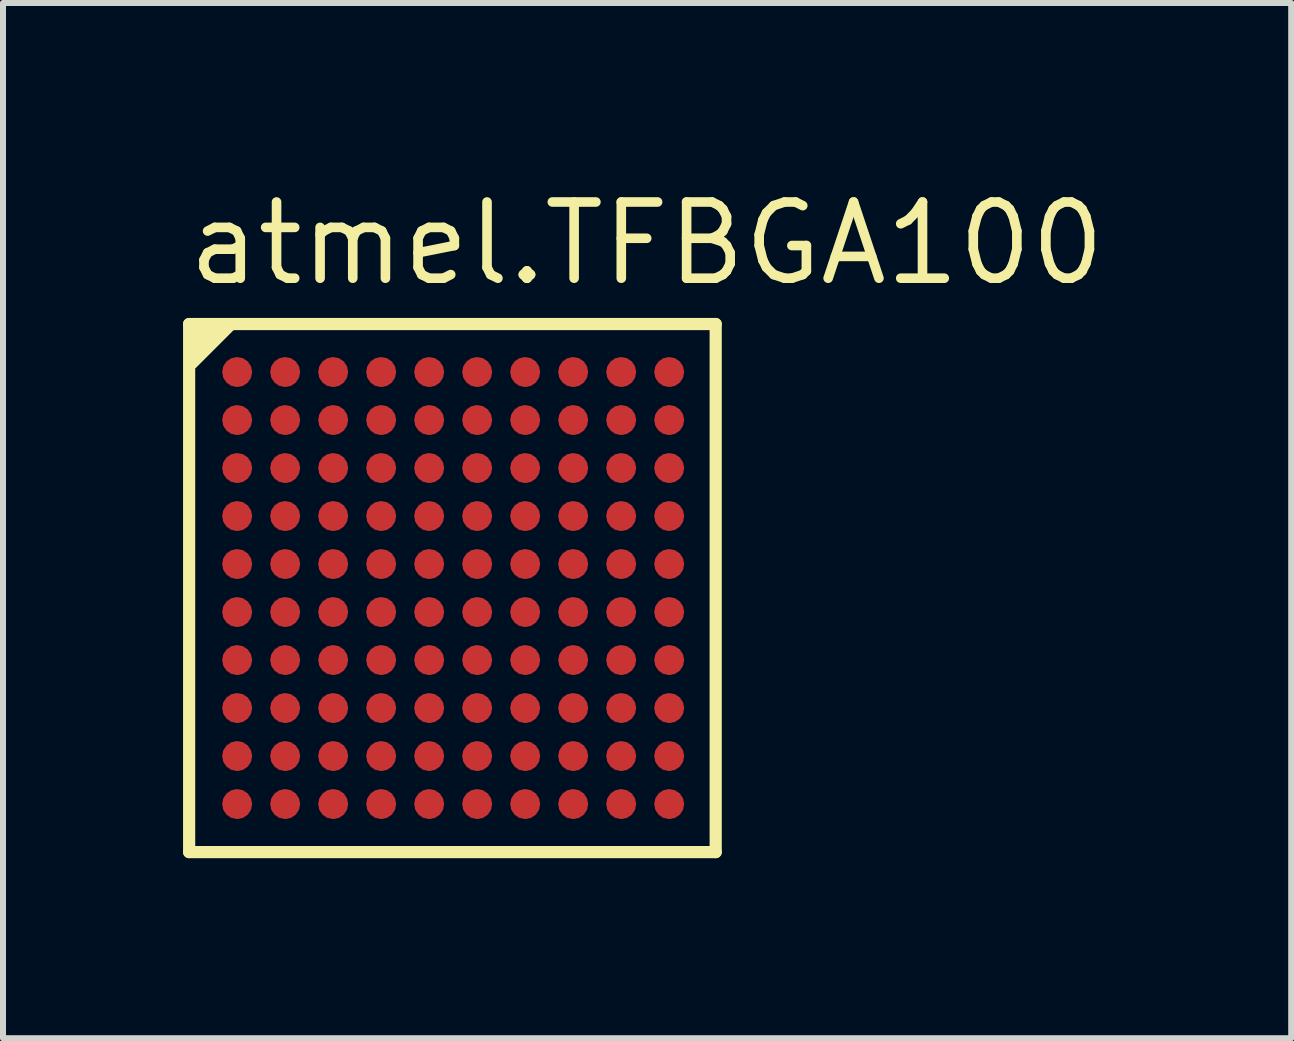
<source format=kicad_pcb>
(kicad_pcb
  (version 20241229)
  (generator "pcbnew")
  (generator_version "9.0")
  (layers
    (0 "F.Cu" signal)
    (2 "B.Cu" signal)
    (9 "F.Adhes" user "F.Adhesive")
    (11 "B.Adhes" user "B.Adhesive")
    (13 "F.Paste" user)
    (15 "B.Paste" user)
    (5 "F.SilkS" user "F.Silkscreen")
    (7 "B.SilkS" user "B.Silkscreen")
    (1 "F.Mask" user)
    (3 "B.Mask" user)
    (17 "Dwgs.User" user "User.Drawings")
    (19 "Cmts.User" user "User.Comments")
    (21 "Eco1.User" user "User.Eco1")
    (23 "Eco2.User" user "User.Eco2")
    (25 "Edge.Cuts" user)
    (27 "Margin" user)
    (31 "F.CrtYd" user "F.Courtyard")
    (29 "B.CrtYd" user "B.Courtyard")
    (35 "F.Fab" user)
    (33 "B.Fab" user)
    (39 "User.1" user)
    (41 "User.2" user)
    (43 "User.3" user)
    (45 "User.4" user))
  (footprint "atmel.TFBGA100"
    (layer "F.Cu")
    (at 4.502 6.75)
    (property "Reference" "atmel.TFBGA100" (at -4.5 -5 0) (layer "F.SilkS") (effects (font (size 1.27 1.27) (thickness 0.16)) (justify left bottom)))
    (attr smd)
    (fp_circle (center -3.6 -3.6) (end -3.375 -3.6) (stroke (width 0.1) (type default)) (fill no) (layer "F.Mask"))
    (fp_circle (center -3.6 -2.8) (end -3.375 -2.8) (stroke (width 0.1) (type default)) (fill no) (layer "F.Mask"))
    (fp_circle (center -3.6 -2) (end -3.375 -2) (stroke (width 0.1) (type default)) (fill no) (layer "F.Mask"))
    (fp_circle (center -3.6 -1.2) (end -3.375 -1.2) (stroke (width 0.1) (type default)) (fill no) (layer "F.Mask"))
    (fp_circle (center -3.6 -0.4) (end -3.375 -0.4) (stroke (width 0.1) (type default)) (fill no) (layer "F.Mask"))
    (fp_circle (center -3.6 0.4) (end -3.375 0.4) (stroke (width 0.1) (type default)) (fill no) (layer "F.Mask"))
    (fp_circle (center -3.6 1.2) (end -3.375 1.2) (stroke (width 0.1) (type default)) (fill no) (layer "F.Mask"))
    (fp_circle (center -3.6 2) (end -3.375 2) (stroke (width 0.1) (type default)) (fill no) (layer "F.Mask"))
    (fp_circle (center -3.6 2.8) (end -3.375 2.8) (stroke (width 0.1) (type default)) (fill no) (layer "F.Mask"))
    (fp_circle (center -3.6 3.6) (end -3.375 3.6) (stroke (width 0.1) (type default)) (fill no) (layer "F.Mask"))
    (fp_circle (center -2.8 -3.6) (end -2.575 -3.6) (stroke (width 0.1) (type default)) (fill no) (layer "F.Mask"))
    (fp_circle (center -2.8 -2.8) (end -2.575 -2.8) (stroke (width 0.1) (type default)) (fill no) (layer "F.Mask"))
    (fp_circle (center -2.8 -2) (end -2.575 -2) (stroke (width 0.1) (type default)) (fill no) (layer "F.Mask"))
    (fp_circle (center -2.8 -1.2) (end -2.575 -1.2) (stroke (width 0.1) (type default)) (fill no) (layer "F.Mask"))
    (fp_circle (center -2.8 -0.4) (end -2.575 -0.4) (stroke (width 0.1) (type default)) (fill no) (layer "F.Mask"))
    (fp_circle (center -2.8 0.4) (end -2.575 0.4) (stroke (width 0.1) (type default)) (fill no) (layer "F.Mask"))
    (fp_circle (center -2.8 1.2) (end -2.575 1.2) (stroke (width 0.1) (type default)) (fill no) (layer "F.Mask"))
    (fp_circle (center -2.8 2) (end -2.575 2) (stroke (width 0.1) (type default)) (fill no) (layer "F.Mask"))
    (fp_circle (center -2.8 2.8) (end -2.575 2.8) (stroke (width 0.1) (type default)) (fill no) (layer "F.Mask"))
    (fp_circle (center -2.8 3.6) (end -2.575 3.6) (stroke (width 0.1) (type default)) (fill no) (layer "F.Mask"))
    (fp_circle (center -2 -3.6) (end -1.775 -3.6) (stroke (width 0.1) (type default)) (fill no) (layer "F.Mask"))
    (fp_circle (center -2 -2.8) (end -1.775 -2.8) (stroke (width 0.1) (type default)) (fill no) (layer "F.Mask"))
    (fp_circle (center -2 -2) (end -1.775 -2) (stroke (width 0.1) (type default)) (fill no) (layer "F.Mask"))
    (fp_circle (center -2 -1.2) (end -1.775 -1.2) (stroke (width 0.1) (type default)) (fill no) (layer "F.Mask"))
    (fp_circle (center -2 -0.4) (end -1.775 -0.4) (stroke (width 0.1) (type default)) (fill no) (layer "F.Mask"))
    (fp_circle (center -2 0.4) (end -1.775 0.4) (stroke (width 0.1) (type default)) (fill no) (layer "F.Mask"))
    (fp_circle (center -2 1.2) (end -1.775 1.2) (stroke (width 0.1) (type default)) (fill no) (layer "F.Mask"))
    (fp_circle (center -2 2) (end -1.775 2) (stroke (width 0.1) (type default)) (fill no) (layer "F.Mask"))
    (fp_circle (center -2 2.8) (end -1.775 2.8) (stroke (width 0.1) (type default)) (fill no) (layer "F.Mask"))
    (fp_circle (center -2 3.6) (end -1.775 3.6) (stroke (width 0.1) (type default)) (fill no) (layer "F.Mask"))
    (fp_circle (center -1.2 -3.6) (end -0.975 -3.6) (stroke (width 0.1) (type default)) (fill no) (layer "F.Mask"))
    (fp_circle (center -1.2 -2.8) (end -0.975 -2.8) (stroke (width 0.1) (type default)) (fill no) (layer "F.Mask"))
    (fp_circle (center -1.2 -2) (end -0.975 -2) (stroke (width 0.1) (type default)) (fill no) (layer "F.Mask"))
    (fp_circle (center -1.2 -1.2) (end -0.975 -1.2) (stroke (width 0.1) (type default)) (fill no) (layer "F.Mask"))
    (fp_circle (center -1.2 -0.4) (end -0.975 -0.4) (stroke (width 0.1) (type default)) (fill no) (layer "F.Mask"))
    (fp_circle (center -1.2 0.4) (end -0.975 0.4) (stroke (width 0.1) (type default)) (fill no) (layer "F.Mask"))
    (fp_circle (center -1.2 1.2) (end -0.975 1.2) (stroke (width 0.1) (type default)) (fill no) (layer "F.Mask"))
    (fp_circle (center -1.2 2) (end -0.975 2) (stroke (width 0.1) (type default)) (fill no) (layer "F.Mask"))
    (fp_circle (center -1.2 2.8) (end -0.975 2.8) (stroke (width 0.1) (type default)) (fill no) (layer "F.Mask"))
    (fp_circle (center -1.2 3.6) (end -0.975 3.6) (stroke (width 0.1) (type default)) (fill no) (layer "F.Mask"))
    (fp_circle (center -0.4 -3.6) (end -0.175 -3.6) (stroke (width 0.1) (type default)) (fill no) (layer "F.Mask"))
    (fp_circle (center -0.4 -2.8) (end -0.175 -2.8) (stroke (width 0.1) (type default)) (fill no) (layer "F.Mask"))
    (fp_circle (center -0.4 -2) (end -0.175 -2) (stroke (width 0.1) (type default)) (fill no) (layer "F.Mask"))
    (fp_circle (center -0.4 -1.2) (end -0.175 -1.2) (stroke (width 0.1) (type default)) (fill no) (layer "F.Mask"))
    (fp_circle (center -0.4 -0.4) (end -0.175 -0.4) (stroke (width 0.1) (type default)) (fill no) (layer "F.Mask"))
    (fp_circle (center -0.4 0.4) (end -0.175 0.4) (stroke (width 0.1) (type default)) (fill no) (layer "F.Mask"))
    (fp_circle (center -0.4 1.2) (end -0.175 1.2) (stroke (width 0.1) (type default)) (fill no) (layer "F.Mask"))
    (fp_circle (center -0.4 2) (end -0.175 2) (stroke (width 0.1) (type default)) (fill no) (layer "F.Mask"))
    (fp_circle (center -0.4 2.8) (end -0.175 2.8) (stroke (width 0.1) (type default)) (fill no) (layer "F.Mask"))
    (fp_circle (center -0.4 3.6) (end -0.175 3.6) (stroke (width 0.1) (type default)) (fill no) (layer "F.Mask"))
    (fp_circle (center 0.4 -3.6) (end 0.625 -3.6) (stroke (width 0.1) (type default)) (fill no) (layer "F.Mask"))
    (fp_circle (center 0.4 -2.8) (end 0.625 -2.8) (stroke (width 0.1) (type default)) (fill no) (layer "F.Mask"))
    (fp_circle (center 0.4 -2) (end 0.625 -2) (stroke (width 0.1) (type default)) (fill no) (layer "F.Mask"))
    (fp_circle (center 0.4 -1.2) (end 0.625 -1.2) (stroke (width 0.1) (type default)) (fill no) (layer "F.Mask"))
    (fp_circle (center 0.4 -0.4) (end 0.625 -0.4) (stroke (width 0.1) (type default)) (fill no) (layer "F.Mask"))
    (fp_circle (center 0.4 0.4) (end 0.625 0.4) (stroke (width 0.1) (type default)) (fill no) (layer "F.Mask"))
    (fp_circle (center 0.4 1.2) (end 0.625 1.2) (stroke (width 0.1) (type default)) (fill no) (layer "F.Mask"))
    (fp_circle (center 0.4 2) (end 0.625 2) (stroke (width 0.1) (type default)) (fill no) (layer "F.Mask"))
    (fp_circle (center 0.4 2.8) (end 0.625 2.8) (stroke (width 0.1) (type default)) (fill no) (layer "F.Mask"))
    (fp_circle (center 0.4 3.6) (end 0.625 3.6) (stroke (width 0.1) (type default)) (fill no) (layer "F.Mask"))
    (fp_circle (center 1.2 -3.6) (end 1.425 -3.6) (stroke (width 0.1) (type default)) (fill no) (layer "F.Mask"))
    (fp_circle (center 1.2 -2.8) (end 1.425 -2.8) (stroke (width 0.1) (type default)) (fill no) (layer "F.Mask"))
    (fp_circle (center 1.2 -2) (end 1.425 -2) (stroke (width 0.1) (type default)) (fill no) (layer "F.Mask"))
    (fp_circle (center 1.2 -1.2) (end 1.425 -1.2) (stroke (width 0.1) (type default)) (fill no) (layer "F.Mask"))
    (fp_circle (center 1.2 -0.4) (end 1.425 -0.4) (stroke (width 0.1) (type default)) (fill no) (layer "F.Mask"))
    (fp_circle (center 1.2 0.4) (end 1.425 0.4) (stroke (width 0.1) (type default)) (fill no) (layer "F.Mask"))
    (fp_circle (center 1.2 1.2) (end 1.425 1.2) (stroke (width 0.1) (type default)) (fill no) (layer "F.Mask"))
    (fp_circle (center 1.2 2) (end 1.425 2) (stroke (width 0.1) (type default)) (fill no) (layer "F.Mask"))
    (fp_circle (center 1.2 2.8) (end 1.425 2.8) (stroke (width 0.1) (type default)) (fill no) (layer "F.Mask"))
    (fp_circle (center 1.2 3.6) (end 1.425 3.6) (stroke (width 0.1) (type default)) (fill no) (layer "F.Mask"))
    (fp_circle (center 2 -3.6) (end 2.225 -3.6) (stroke (width 0.1) (type default)) (fill no) (layer "F.Mask"))
    (fp_circle (center 2 -2.8) (end 2.225 -2.8) (stroke (width 0.1) (type default)) (fill no) (layer "F.Mask"))
    (fp_circle (center 2 -2) (end 2.225 -2) (stroke (width 0.1) (type default)) (fill no) (layer "F.Mask"))
    (fp_circle (center 2 -1.2) (end 2.225 -1.2) (stroke (width 0.1) (type default)) (fill no) (layer "F.Mask"))
    (fp_circle (center 2 -0.4) (end 2.225 -0.4) (stroke (width 0.1) (type default)) (fill no) (layer "F.Mask"))
    (fp_circle (center 2 0.4) (end 2.225 0.4) (stroke (width 0.1) (type default)) (fill no) (layer "F.Mask"))
    (fp_circle (center 2 1.2) (end 2.225 1.2) (stroke (width 0.1) (type default)) (fill no) (layer "F.Mask"))
    (fp_circle (center 2 2) (end 2.225 2) (stroke (width 0.1) (type default)) (fill no) (layer "F.Mask"))
    (fp_circle (center 2 2.8) (end 2.225 2.8) (stroke (width 0.1) (type default)) (fill no) (layer "F.Mask"))
    (fp_circle (center 2 3.6) (end 2.225 3.6) (stroke (width 0.1) (type default)) (fill no) (layer "F.Mask"))
    (fp_circle (center 2.8 -3.6) (end 3.025 -3.6) (stroke (width 0.1) (type default)) (fill no) (layer "F.Mask"))
    (fp_circle (center 2.8 -2.8) (end 3.025 -2.8) (stroke (width 0.1) (type default)) (fill no) (layer "F.Mask"))
    (fp_circle (center 2.8 -2) (end 3.025 -2) (stroke (width 0.1) (type default)) (fill no) (layer "F.Mask"))
    (fp_circle (center 2.8 -1.2) (end 3.025 -1.2) (stroke (width 0.1) (type default)) (fill no) (layer "F.Mask"))
    (fp_circle (center 2.8 -0.4) (end 3.025 -0.4) (stroke (width 0.1) (type default)) (fill no) (layer "F.Mask"))
    (fp_circle (center 2.8 0.4) (end 3.025 0.4) (stroke (width 0.1) (type default)) (fill no) (layer "F.Mask"))
    (fp_circle (center 2.8 1.2) (end 3.025 1.2) (stroke (width 0.1) (type default)) (fill no) (layer "F.Mask"))
    (fp_circle (center 2.8 2) (end 3.025 2) (stroke (width 0.1) (type default)) (fill no) (layer "F.Mask"))
    (fp_circle (center 2.8 2.8) (end 3.025 2.8) (stroke (width 0.1) (type default)) (fill no) (layer "F.Mask"))
    (fp_circle (center 2.8 3.6) (end 3.025 3.6) (stroke (width 0.1) (type default)) (fill no) (layer "F.Mask"))
    (fp_circle (center 3.6 -3.6) (end 3.825 -3.6) (stroke (width 0.1) (type default)) (fill no) (layer "F.Mask"))
    (fp_circle (center 3.6 -2.8) (end 3.825 -2.8) (stroke (width 0.1) (type default)) (fill no) (layer "F.Mask"))
    (fp_circle (center 3.6 -2) (end 3.825 -2) (stroke (width 0.1) (type default)) (fill no) (layer "F.Mask"))
    (fp_circle (center 3.6 -1.2) (end 3.825 -1.2) (stroke (width 0.1) (type default)) (fill no) (layer "F.Mask"))
    (fp_circle (center 3.6 -0.4) (end 3.825 -0.4) (stroke (width 0.1) (type default)) (fill no) (layer "F.Mask"))
    (fp_circle (center 3.6 0.4) (end 3.825 0.4) (stroke (width 0.1) (type default)) (fill no) (layer "F.Mask"))
    (fp_circle (center 3.6 1.2) (end 3.825 1.2) (stroke (width 0.1) (type default)) (fill no) (layer "F.Mask"))
    (fp_circle (center 3.6 2) (end 3.825 2) (stroke (width 0.1) (type default)) (fill no) (layer "F.Mask"))
    (fp_circle (center 3.6 2.8) (end 3.825 2.8) (stroke (width 0.1) (type default)) (fill no) (layer "F.Mask"))
    (fp_circle (center 3.6 3.6) (end 3.825 3.6) (stroke (width 0.1) (type default)) (fill no) (layer "F.Mask"))
    (fp_line (start -4.4 -4.4) (end 4.375 -4.4) (stroke (width 0.203) (type default)) (layer "F.SilkS"))
    (fp_line (start -4.4 4.4) (end -4.4 -4.4) (stroke (width 0.203) (type default)) (layer "F.SilkS"))
    (fp_line (start 4.375 -4.4) (end 4.375 4.4) (stroke (width 0.203) (type default)) (layer "F.SilkS"))
    (fp_line (start 4.375 4.4) (end -4.4 4.4) (stroke (width 0.203) (type default)) (layer "F.SilkS"))
    (fp_poly (pts (xy -4.35 -3.75) (xy -3.725 -4.375) (xy -4.35 -4.375)) (stroke (width 0.203) (type default)) (fill yes) (layer "F.SilkS"))
    (pad "A1" smd roundrect (at -3.6 -3.6) (size 0.5 0.5) (layers "F.Cu" "F.Mask" "F.Paste") (roundrect_rratio 0.5))
    (pad "A2" smd roundrect (at -2.8 -3.6) (size 0.5 0.5) (layers "F.Cu" "F.Mask" "F.Paste") (roundrect_rratio 0.5))
    (pad "A3" smd roundrect (at -2 -3.6) (size 0.5 0.5) (layers "F.Cu" "F.Mask" "F.Paste") (roundrect_rratio 0.5))
    (pad "A4" smd roundrect (at -1.2 -3.6) (size 0.5 0.5) (layers "F.Cu" "F.Mask" "F.Paste") (roundrect_rratio 0.5))
    (pad "A5" smd roundrect (at -0.4 -3.6) (size 0.5 0.5) (layers "F.Cu" "F.Mask" "F.Paste") (roundrect_rratio 0.5))
    (pad "A6" smd roundrect (at 0.4 -3.6) (size 0.5 0.5) (layers "F.Cu" "F.Mask" "F.Paste") (roundrect_rratio 0.5))
    (pad "A7" smd roundrect (at 1.2 -3.6) (size 0.5 0.5) (layers "F.Cu" "F.Mask" "F.Paste") (roundrect_rratio 0.5))
    (pad "A8" smd roundrect (at 2 -3.6) (size 0.5 0.5) (layers "F.Cu" "F.Mask" "F.Paste") (roundrect_rratio 0.5))
    (pad "A9" smd roundrect (at 2.8 -3.6) (size 0.5 0.5) (layers "F.Cu" "F.Mask" "F.Paste") (roundrect_rratio 0.5))
    (pad "A10" smd roundrect (at 3.6 -3.6) (size 0.5 0.5) (layers "F.Cu" "F.Mask" "F.Paste") (roundrect_rratio 0.5))
    (pad "B1" smd roundrect (at -3.6 -2.8) (size 0.5 0.5) (layers "F.Cu" "F.Mask" "F.Paste") (roundrect_rratio 0.5))
    (pad "B2" smd roundrect (at -2.8 -2.8) (size 0.5 0.5) (layers "F.Cu" "F.Mask" "F.Paste") (roundrect_rratio 0.5))
    (pad "B3" smd roundrect (at -2 -2.8) (size 0.5 0.5) (layers "F.Cu" "F.Mask" "F.Paste") (roundrect_rratio 0.5))
    (pad "B4" smd roundrect (at -1.2 -2.8) (size 0.5 0.5) (layers "F.Cu" "F.Mask" "F.Paste") (roundrect_rratio 0.5))
    (pad "B5" smd roundrect (at -0.4 -2.8) (size 0.5 0.5) (layers "F.Cu" "F.Mask" "F.Paste") (roundrect_rratio 0.5))
    (pad "B6" smd roundrect (at 0.4 -2.8) (size 0.5 0.5) (layers "F.Cu" "F.Mask" "F.Paste") (roundrect_rratio 0.5))
    (pad "B7" smd roundrect (at 1.2 -2.8) (size 0.5 0.5) (layers "F.Cu" "F.Mask" "F.Paste") (roundrect_rratio 0.5))
    (pad "B8" smd roundrect (at 2 -2.8) (size 0.5 0.5) (layers "F.Cu" "F.Mask" "F.Paste") (roundrect_rratio 0.5))
    (pad "B9" smd roundrect (at 2.8 -2.8) (size 0.5 0.5) (layers "F.Cu" "F.Mask" "F.Paste") (roundrect_rratio 0.5))
    (pad "B10" smd roundrect (at 3.6 -2.8) (size 0.5 0.5) (layers "F.Cu" "F.Mask" "F.Paste") (roundrect_rratio 0.5))
    (pad "C1" smd roundrect (at -3.6 -2) (size 0.5 0.5) (layers "F.Cu" "F.Mask" "F.Paste") (roundrect_rratio 0.5))
    (pad "C2" smd roundrect (at -2.8 -2) (size 0.5 0.5) (layers "F.Cu" "F.Mask" "F.Paste") (roundrect_rratio 0.5))
    (pad "C3" smd roundrect (at -2 -2) (size 0.5 0.5) (layers "F.Cu" "F.Mask" "F.Paste") (roundrect_rratio 0.5))
    (pad "C4" smd roundrect (at -1.2 -2) (size 0.5 0.5) (layers "F.Cu" "F.Mask" "F.Paste") (roundrect_rratio 0.5))
    (pad "C5" smd roundrect (at -0.4 -2) (size 0.5 0.5) (layers "F.Cu" "F.Mask" "F.Paste") (roundrect_rratio 0.5))
    (pad "C6" smd roundrect (at 0.4 -2) (size 0.5 0.5) (layers "F.Cu" "F.Mask" "F.Paste") (roundrect_rratio 0.5))
    (pad "C7" smd roundrect (at 1.2 -2) (size 0.5 0.5) (layers "F.Cu" "F.Mask" "F.Paste") (roundrect_rratio 0.5))
    (pad "C8" smd roundrect (at 2 -2) (size 0.5 0.5) (layers "F.Cu" "F.Mask" "F.Paste") (roundrect_rratio 0.5))
    (pad "C9" smd roundrect (at 2.8 -2) (size 0.5 0.5) (layers "F.Cu" "F.Mask" "F.Paste") (roundrect_rratio 0.5))
    (pad "C10" smd roundrect (at 3.6 -2) (size 0.5 0.5) (layers "F.Cu" "F.Mask" "F.Paste") (roundrect_rratio 0.5))
    (pad "D1" smd roundrect (at -3.6 -1.2) (size 0.5 0.5) (layers "F.Cu" "F.Mask" "F.Paste") (roundrect_rratio 0.5))
    (pad "D2" smd roundrect (at -2.8 -1.2) (size 0.5 0.5) (layers "F.Cu" "F.Mask" "F.Paste") (roundrect_rratio 0.5))
    (pad "D3" smd roundrect (at -2 -1.2) (size 0.5 0.5) (layers "F.Cu" "F.Mask" "F.Paste") (roundrect_rratio 0.5))
    (pad "D4" smd roundrect (at -1.2 -1.2) (size 0.5 0.5) (layers "F.Cu" "F.Mask" "F.Paste") (roundrect_rratio 0.5))
    (pad "D5" smd roundrect (at -0.4 -1.2) (size 0.5 0.5) (layers "F.Cu" "F.Mask" "F.Paste") (roundrect_rratio 0.5))
    (pad "D6" smd roundrect (at 0.4 -1.2) (size 0.5 0.5) (layers "F.Cu" "F.Mask" "F.Paste") (roundrect_rratio 0.5))
    (pad "D7" smd roundrect (at 1.2 -1.2) (size 0.5 0.5) (layers "F.Cu" "F.Mask" "F.Paste") (roundrect_rratio 0.5))
    (pad "D8" smd roundrect (at 2 -1.2) (size 0.5 0.5) (layers "F.Cu" "F.Mask" "F.Paste") (roundrect_rratio 0.5))
    (pad "D9" smd roundrect (at 2.8 -1.2) (size 0.5 0.5) (layers "F.Cu" "F.Mask" "F.Paste") (roundrect_rratio 0.5))
    (pad "D10" smd roundrect (at 3.6 -1.2) (size 0.5 0.5) (layers "F.Cu" "F.Mask" "F.Paste") (roundrect_rratio 0.5))
    (pad "E1" smd roundrect (at -3.6 -0.4) (size 0.5 0.5) (layers "F.Cu" "F.Mask" "F.Paste") (roundrect_rratio 0.5))
    (pad "E2" smd roundrect (at -2.8 -0.4) (size 0.5 0.5) (layers "F.Cu" "F.Mask" "F.Paste") (roundrect_rratio 0.5))
    (pad "E3" smd roundrect (at -2 -0.4) (size 0.5 0.5) (layers "F.Cu" "F.Mask" "F.Paste") (roundrect_rratio 0.5))
    (pad "E4" smd roundrect (at -1.2 -0.4) (size 0.5 0.5) (layers "F.Cu" "F.Mask" "F.Paste") (roundrect_rratio 0.5))
    (pad "E5" smd roundrect (at -0.4 -0.4) (size 0.5 0.5) (layers "F.Cu" "F.Mask" "F.Paste") (roundrect_rratio 0.5))
    (pad "E6" smd roundrect (at 0.4 -0.4) (size 0.5 0.5) (layers "F.Cu" "F.Mask" "F.Paste") (roundrect_rratio 0.5))
    (pad "E7" smd roundrect (at 1.2 -0.4) (size 0.5 0.5) (layers "F.Cu" "F.Mask" "F.Paste") (roundrect_rratio 0.5))
    (pad "E8" smd roundrect (at 2 -0.4) (size 0.5 0.5) (layers "F.Cu" "F.Mask" "F.Paste") (roundrect_rratio 0.5))
    (pad "E9" smd roundrect (at 2.8 -0.4) (size 0.5 0.5) (layers "F.Cu" "F.Mask" "F.Paste") (roundrect_rratio 0.5))
    (pad "E10" smd roundrect (at 3.6 -0.4) (size 0.5 0.5) (layers "F.Cu" "F.Mask" "F.Paste") (roundrect_rratio 0.5))
    (pad "F1" smd roundrect (at -3.6 0.4) (size 0.5 0.5) (layers "F.Cu" "F.Mask" "F.Paste") (roundrect_rratio 0.5))
    (pad "F2" smd roundrect (at -2.8 0.4) (size 0.5 0.5) (layers "F.Cu" "F.Mask" "F.Paste") (roundrect_rratio 0.5))
    (pad "F3" smd roundrect (at -2 0.4) (size 0.5 0.5) (layers "F.Cu" "F.Mask" "F.Paste") (roundrect_rratio 0.5))
    (pad "F4" smd roundrect (at -1.2 0.4) (size 0.5 0.5) (layers "F.Cu" "F.Mask" "F.Paste") (roundrect_rratio 0.5))
    (pad "F5" smd roundrect (at -0.4 0.4) (size 0.5 0.5) (layers "F.Cu" "F.Mask" "F.Paste") (roundrect_rratio 0.5))
    (pad "F6" smd roundrect (at 0.4 0.4) (size 0.5 0.5) (layers "F.Cu" "F.Mask" "F.Paste") (roundrect_rratio 0.5))
    (pad "F7" smd roundrect (at 1.2 0.4) (size 0.5 0.5) (layers "F.Cu" "F.Mask" "F.Paste") (roundrect_rratio 0.5))
    (pad "F8" smd roundrect (at 2 0.4) (size 0.5 0.5) (layers "F.Cu" "F.Mask" "F.Paste") (roundrect_rratio 0.5))
    (pad "F9" smd roundrect (at 2.8 0.4) (size 0.5 0.5) (layers "F.Cu" "F.Mask" "F.Paste") (roundrect_rratio 0.5))
    (pad "F10" smd roundrect (at 3.6 0.4) (size 0.5 0.5) (layers "F.Cu" "F.Mask" "F.Paste") (roundrect_rratio 0.5))
    (pad "G1" smd roundrect (at -3.6 1.2) (size 0.5 0.5) (layers "F.Cu" "F.Mask" "F.Paste") (roundrect_rratio 0.5))
    (pad "G2" smd roundrect (at -2.8 1.2) (size 0.5 0.5) (layers "F.Cu" "F.Mask" "F.Paste") (roundrect_rratio 0.5))
    (pad "G3" smd roundrect (at -2 1.2) (size 0.5 0.5) (layers "F.Cu" "F.Mask" "F.Paste") (roundrect_rratio 0.5))
    (pad "G4" smd roundrect (at -1.2 1.2) (size 0.5 0.5) (layers "F.Cu" "F.Mask" "F.Paste") (roundrect_rratio 0.5))
    (pad "G5" smd roundrect (at -0.4 1.2) (size 0.5 0.5) (layers "F.Cu" "F.Mask" "F.Paste") (roundrect_rratio 0.5))
    (pad "G6" smd roundrect (at 0.4 1.2) (size 0.5 0.5) (layers "F.Cu" "F.Mask" "F.Paste") (roundrect_rratio 0.5))
    (pad "G7" smd roundrect (at 1.2 1.2) (size 0.5 0.5) (layers "F.Cu" "F.Mask" "F.Paste") (roundrect_rratio 0.5))
    (pad "G8" smd roundrect (at 2 1.2) (size 0.5 0.5) (layers "F.Cu" "F.Mask" "F.Paste") (roundrect_rratio 0.5))
    (pad "G9" smd roundrect (at 2.8 1.2) (size 0.5 0.5) (layers "F.Cu" "F.Mask" "F.Paste") (roundrect_rratio 0.5))
    (pad "G10" smd roundrect (at 3.6 1.2) (size 0.5 0.5) (layers "F.Cu" "F.Mask" "F.Paste") (roundrect_rratio 0.5))
    (pad "H1" smd roundrect (at -3.6 2) (size 0.5 0.5) (layers "F.Cu" "F.Mask" "F.Paste") (roundrect_rratio 0.5))
    (pad "H2" smd roundrect (at -2.8 2) (size 0.5 0.5) (layers "F.Cu" "F.Mask" "F.Paste") (roundrect_rratio 0.5))
    (pad "H3" smd roundrect (at -2 2) (size 0.5 0.5) (layers "F.Cu" "F.Mask" "F.Paste") (roundrect_rratio 0.5))
    (pad "H4" smd roundrect (at -1.2 2) (size 0.5 0.5) (layers "F.Cu" "F.Mask" "F.Paste") (roundrect_rratio 0.5))
    (pad "H5" smd roundrect (at -0.4 2) (size 0.5 0.5) (layers "F.Cu" "F.Mask" "F.Paste") (roundrect_rratio 0.5))
    (pad "H6" smd roundrect (at 0.4 2) (size 0.5 0.5) (layers "F.Cu" "F.Mask" "F.Paste") (roundrect_rratio 0.5))
    (pad "H7" smd roundrect (at 1.2 2) (size 0.5 0.5) (layers "F.Cu" "F.Mask" "F.Paste") (roundrect_rratio 0.5))
    (pad "H8" smd roundrect (at 2 2) (size 0.5 0.5) (layers "F.Cu" "F.Mask" "F.Paste") (roundrect_rratio 0.5))
    (pad "H9" smd roundrect (at 2.8 2) (size 0.5 0.5) (layers "F.Cu" "F.Mask" "F.Paste") (roundrect_rratio 0.5))
    (pad "H10" smd roundrect (at 3.6 2) (size 0.5 0.5) (layers "F.Cu" "F.Mask" "F.Paste") (roundrect_rratio 0.5))
    (pad "J1" smd roundrect (at -3.6 2.8) (size 0.5 0.5) (layers "F.Cu" "F.Mask" "F.Paste") (roundrect_rratio 0.5))
    (pad "J2" smd roundrect (at -2.8 2.8) (size 0.5 0.5) (layers "F.Cu" "F.Mask" "F.Paste") (roundrect_rratio 0.5))
    (pad "J3" smd roundrect (at -2 2.8) (size 0.5 0.5) (layers "F.Cu" "F.Mask" "F.Paste") (roundrect_rratio 0.5))
    (pad "J4" smd roundrect (at -1.2 2.8) (size 0.5 0.5) (layers "F.Cu" "F.Mask" "F.Paste") (roundrect_rratio 0.5))
    (pad "J5" smd roundrect (at -0.4 2.8) (size 0.5 0.5) (layers "F.Cu" "F.Mask" "F.Paste") (roundrect_rratio 0.5))
    (pad "J6" smd roundrect (at 0.4 2.8) (size 0.5 0.5) (layers "F.Cu" "F.Mask" "F.Paste") (roundrect_rratio 0.5))
    (pad "J7" smd roundrect (at 1.2 2.8) (size 0.5 0.5) (layers "F.Cu" "F.Mask" "F.Paste") (roundrect_rratio 0.5))
    (pad "J8" smd roundrect (at 2 2.8) (size 0.5 0.5) (layers "F.Cu" "F.Mask" "F.Paste") (roundrect_rratio 0.5))
    (pad "J9" smd roundrect (at 2.8 2.8) (size 0.5 0.5) (layers "F.Cu" "F.Mask" "F.Paste") (roundrect_rratio 0.5))
    (pad "J10" smd roundrect (at 3.6 2.8) (size 0.5 0.5) (layers "F.Cu" "F.Mask" "F.Paste") (roundrect_rratio 0.5))
    (pad "K1" smd roundrect (at -3.6 3.6) (size 0.5 0.5) (layers "F.Cu" "F.Mask" "F.Paste") (roundrect_rratio 0.5))
    (pad "K2" smd roundrect (at -2.8 3.6) (size 0.5 0.5) (layers "F.Cu" "F.Mask" "F.Paste") (roundrect_rratio 0.5))
    (pad "K3" smd roundrect (at -2 3.6) (size 0.5 0.5) (layers "F.Cu" "F.Mask" "F.Paste") (roundrect_rratio 0.5))
    (pad "K4" smd roundrect (at -1.2 3.6) (size 0.5 0.5) (layers "F.Cu" "F.Mask" "F.Paste") (roundrect_rratio 0.5))
    (pad "K5" smd roundrect (at -0.4 3.6) (size 0.5 0.5) (layers "F.Cu" "F.Mask" "F.Paste") (roundrect_rratio 0.5))
    (pad "K6" smd roundrect (at 0.4 3.6) (size 0.5 0.5) (layers "F.Cu" "F.Mask" "F.Paste") (roundrect_rratio 0.5))
    (pad "K7" smd roundrect (at 1.2 3.6) (size 0.5 0.5) (layers "F.Cu" "F.Mask" "F.Paste") (roundrect_rratio 0.5))
    (pad "K8" smd roundrect (at 2 3.6) (size 0.5 0.5) (layers "F.Cu" "F.Mask" "F.Paste") (roundrect_rratio 0.5))
    (pad "K9" smd roundrect (at 2.8 3.6) (size 0.5 0.5) (layers "F.Cu" "F.Mask" "F.Paste") (roundrect_rratio 0.5))
    (pad "K10" smd roundrect (at 3.6 3.6) (size 0.5 0.5) (layers "F.Cu" "F.Mask" "F.Paste") (roundrect_rratio 0.5)))
  (gr_rect
    (start -3 -3)
    (end 18.468 14.252)
    (stroke (width 0.1) (type default))
    (fill no)
    (layer "Edge.Cuts")))
</source>
